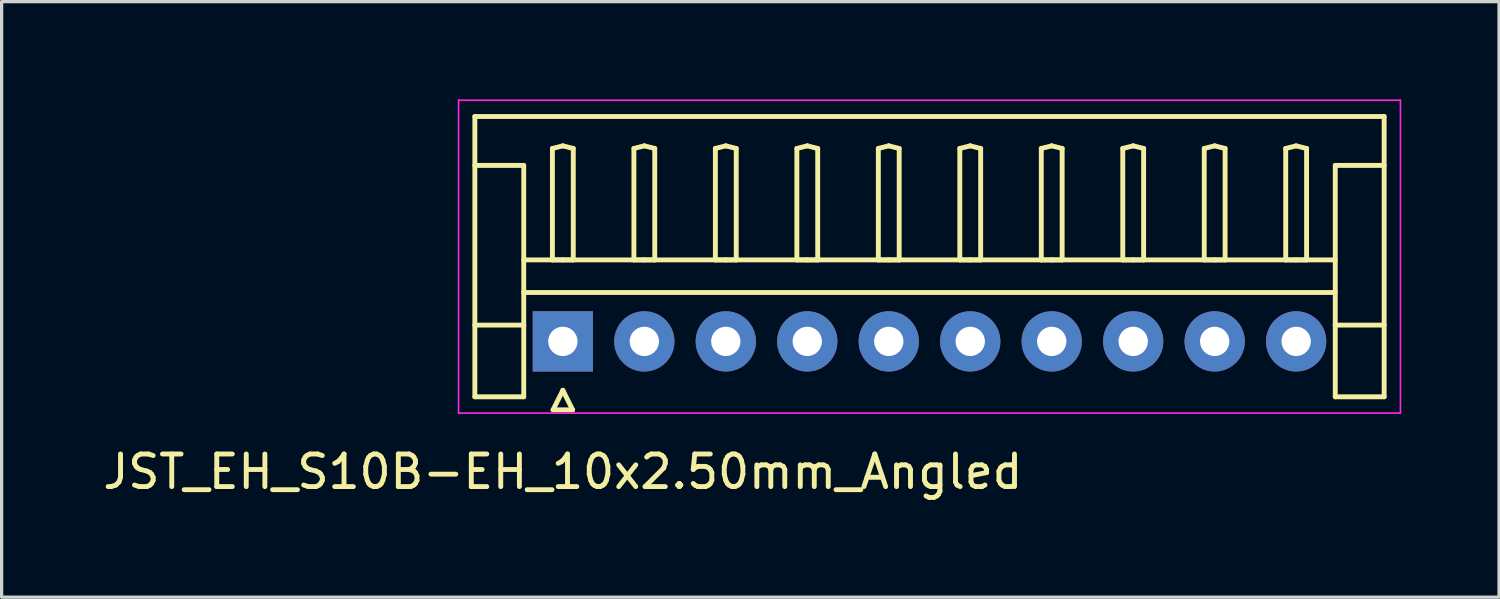
<source format=kicad_pcb>
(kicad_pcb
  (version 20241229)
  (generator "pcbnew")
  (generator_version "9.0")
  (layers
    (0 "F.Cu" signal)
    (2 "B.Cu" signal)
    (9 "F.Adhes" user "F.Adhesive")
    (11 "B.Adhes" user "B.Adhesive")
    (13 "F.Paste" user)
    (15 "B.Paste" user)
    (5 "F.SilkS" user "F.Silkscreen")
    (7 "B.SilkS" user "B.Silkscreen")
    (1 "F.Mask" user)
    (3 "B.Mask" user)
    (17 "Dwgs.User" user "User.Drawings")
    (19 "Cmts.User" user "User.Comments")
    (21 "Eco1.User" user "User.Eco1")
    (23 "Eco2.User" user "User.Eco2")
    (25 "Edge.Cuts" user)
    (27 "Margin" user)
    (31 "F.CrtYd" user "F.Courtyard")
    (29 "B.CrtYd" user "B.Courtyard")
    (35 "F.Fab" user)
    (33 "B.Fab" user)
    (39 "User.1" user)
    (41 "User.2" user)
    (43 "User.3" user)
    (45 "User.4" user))
  (footprint "JST_EH_S10B-EH_10x2.50mm_Angled"
    (layer "F.Cu")
    (at 14.22 7.425)
    (property "Reference" "JST_EH_S10B-EH_10x2.50mm_Angled" (at 0 4 0) (layer "F.SilkS") (effects (font (size 1 1) (thickness 0.15))))
    (attr through_hole)
    (fp_line (start -2.7 -6.9) (end 25.2 -6.9) (stroke (width 0.15) (type solid)) (layer "F.SilkS"))
    (fp_line (start -2.7 -5.4) (end -1.2 -5.4) (stroke (width 0.15) (type solid)) (layer "F.SilkS"))
    (fp_line (start -2.7 1.7) (end -2.7 -6.9) (stroke (width 0.15) (type solid)) (layer "F.SilkS"))
    (fp_line (start -1.2 -5.4) (end -1.2 -0.5) (stroke (width 0.15) (type solid)) (layer "F.SilkS"))
    (fp_line (start -1.2 -2.5) (end 23.7 -2.5) (stroke (width 0.15) (type solid)) (layer "F.SilkS"))
    (fp_line (start -1.2 -1.5) (end 23.7 -1.5) (stroke (width 0.15) (type solid)) (layer "F.SilkS"))
    (fp_line (start -1.2 -0.5) (end -2.7 -0.5) (stroke (width 0.15) (type solid)) (layer "F.SilkS"))
    (fp_line (start -1.2 -0.5) (end -1.2 1.7) (stroke (width 0.15) (type solid)) (layer "F.SilkS"))
    (fp_line (start -1.2 1.7) (end -2.7 1.7) (stroke (width 0.15) (type solid)) (layer "F.SilkS"))
    (fp_line (start -0.32 -5.92) (end 0 -6) (stroke (width 0.15) (type solid)) (layer "F.SilkS"))
    (fp_line (start -0.32 -2.5) (end -0.32 -5.92) (stroke (width 0.15) (type solid)) (layer "F.SilkS"))
    (fp_line (start -0.3 2.1) (end 0.3 2.1) (stroke (width 0.15) (type solid)) (layer "F.SilkS"))
    (fp_line (start 0 -6) (end 0.32 -5.92) (stroke (width 0.15) (type solid)) (layer "F.SilkS"))
    (fp_line (start 0 -2.5) (end -0.32 -2.5) (stroke (width 0.15) (type solid)) (layer "F.SilkS"))
    (fp_line (start 0 1.5) (end -0.3 2.1) (stroke (width 0.15) (type solid)) (layer "F.SilkS"))
    (fp_line (start 0.3 2.1) (end 0 1.5) (stroke (width 0.15) (type solid)) (layer "F.SilkS"))
    (fp_line (start 0.32 -5.92) (end 0.32 -2.5) (stroke (width 0.15) (type solid)) (layer "F.SilkS"))
    (fp_line (start 0.32 -2.5) (end 0 -2.5) (stroke (width 0.15) (type solid)) (layer "F.SilkS"))
    (fp_line (start 2.18 -5.92) (end 2.5 -6) (stroke (width 0.15) (type solid)) (layer "F.SilkS"))
    (fp_line (start 2.18 -2.5) (end 2.18 -5.92) (stroke (width 0.15) (type solid)) (layer "F.SilkS"))
    (fp_line (start 2.5 -6) (end 2.82 -5.92) (stroke (width 0.15) (type solid)) (layer "F.SilkS"))
    (fp_line (start 2.5 -2.5) (end 2.18 -2.5) (stroke (width 0.15) (type solid)) (layer "F.SilkS"))
    (fp_line (start 2.82 -5.92) (end 2.82 -2.5) (stroke (width 0.15) (type solid)) (layer "F.SilkS"))
    (fp_line (start 2.82 -2.5) (end 2.5 -2.5) (stroke (width 0.15) (type solid)) (layer "F.SilkS"))
    (fp_line (start 4.68 -5.92) (end 5 -6) (stroke (width 0.15) (type solid)) (layer "F.SilkS"))
    (fp_line (start 4.68 -2.5) (end 4.68 -5.92) (stroke (width 0.15) (type solid)) (layer "F.SilkS"))
    (fp_line (start 5 -6) (end 5.32 -5.92) (stroke (width 0.15) (type solid)) (layer "F.SilkS"))
    (fp_line (start 5 -2.5) (end 4.68 -2.5) (stroke (width 0.15) (type solid)) (layer "F.SilkS"))
    (fp_line (start 5.32 -5.92) (end 5.32 -2.5) (stroke (width 0.15) (type solid)) (layer "F.SilkS"))
    (fp_line (start 5.32 -2.5) (end 5 -2.5) (stroke (width 0.15) (type solid)) (layer "F.SilkS"))
    (fp_line (start 7.18 -5.92) (end 7.5 -6) (stroke (width 0.15) (type solid)) (layer "F.SilkS"))
    (fp_line (start 7.18 -2.5) (end 7.18 -5.92) (stroke (width 0.15) (type solid)) (layer "F.SilkS"))
    (fp_line (start 7.5 -6) (end 7.82 -5.92) (stroke (width 0.15) (type solid)) (layer "F.SilkS"))
    (fp_line (start 7.5 -2.5) (end 7.18 -2.5) (stroke (width 0.15) (type solid)) (layer "F.SilkS"))
    (fp_line (start 7.82 -5.92) (end 7.82 -2.5) (stroke (width 0.15) (type solid)) (layer "F.SilkS"))
    (fp_line (start 7.82 -2.5) (end 7.5 -2.5) (stroke (width 0.15) (type solid)) (layer "F.SilkS"))
    (fp_line (start 9.68 -5.92) (end 10 -6) (stroke (width 0.15) (type solid)) (layer "F.SilkS"))
    (fp_line (start 9.68 -2.5) (end 9.68 -5.92) (stroke (width 0.15) (type solid)) (layer "F.SilkS"))
    (fp_line (start 10 -6) (end 10.32 -5.92) (stroke (width 0.15) (type solid)) (layer "F.SilkS"))
    (fp_line (start 10 -2.5) (end 9.68 -2.5) (stroke (width 0.15) (type solid)) (layer "F.SilkS"))
    (fp_line (start 10.32 -5.92) (end 10.32 -2.5) (stroke (width 0.15) (type solid)) (layer "F.SilkS"))
    (fp_line (start 10.32 -2.5) (end 10 -2.5) (stroke (width 0.15) (type solid)) (layer "F.SilkS"))
    (fp_line (start 12.18 -5.92) (end 12.5 -6) (stroke (width 0.15) (type solid)) (layer "F.SilkS"))
    (fp_line (start 12.18 -2.5) (end 12.18 -5.92) (stroke (width 0.15) (type solid)) (layer "F.SilkS"))
    (fp_line (start 12.5 -6) (end 12.82 -5.92) (stroke (width 0.15) (type solid)) (layer "F.SilkS"))
    (fp_line (start 12.5 -2.5) (end 12.18 -2.5) (stroke (width 0.15) (type solid)) (layer "F.SilkS"))
    (fp_line (start 12.82 -5.92) (end 12.82 -2.5) (stroke (width 0.15) (type solid)) (layer "F.SilkS"))
    (fp_line (start 12.82 -2.5) (end 12.5 -2.5) (stroke (width 0.15) (type solid)) (layer "F.SilkS"))
    (fp_line (start 14.68 -5.92) (end 15 -6) (stroke (width 0.15) (type solid)) (layer "F.SilkS"))
    (fp_line (start 14.68 -2.5) (end 14.68 -5.92) (stroke (width 0.15) (type solid)) (layer "F.SilkS"))
    (fp_line (start 15 -6) (end 15.32 -5.92) (stroke (width 0.15) (type solid)) (layer "F.SilkS"))
    (fp_line (start 15 -2.5) (end 14.68 -2.5) (stroke (width 0.15) (type solid)) (layer "F.SilkS"))
    (fp_line (start 15.32 -5.92) (end 15.32 -2.5) (stroke (width 0.15) (type solid)) (layer "F.SilkS"))
    (fp_line (start 15.32 -2.5) (end 15 -2.5) (stroke (width 0.15) (type solid)) (layer "F.SilkS"))
    (fp_line (start 17.18 -5.92) (end 17.5 -6) (stroke (width 0.15) (type solid)) (layer "F.SilkS"))
    (fp_line (start 17.18 -2.5) (end 17.18 -5.92) (stroke (width 0.15) (type solid)) (layer "F.SilkS"))
    (fp_line (start 17.5 -6) (end 17.82 -5.92) (stroke (width 0.15) (type solid)) (layer "F.SilkS"))
    (fp_line (start 17.5 -2.5) (end 17.18 -2.5) (stroke (width 0.15) (type solid)) (layer "F.SilkS"))
    (fp_line (start 17.82 -5.92) (end 17.82 -2.5) (stroke (width 0.15) (type solid)) (layer "F.SilkS"))
    (fp_line (start 17.82 -2.5) (end 17.5 -2.5) (stroke (width 0.15) (type solid)) (layer "F.SilkS"))
    (fp_line (start 19.68 -5.92) (end 20 -6) (stroke (width 0.15) (type solid)) (layer "F.SilkS"))
    (fp_line (start 19.68 -2.5) (end 19.68 -5.92) (stroke (width 0.15) (type solid)) (layer "F.SilkS"))
    (fp_line (start 20 -6) (end 20.32 -5.92) (stroke (width 0.15) (type solid)) (layer "F.SilkS"))
    (fp_line (start 20 -2.5) (end 19.68 -2.5) (stroke (width 0.15) (type solid)) (layer "F.SilkS"))
    (fp_line (start 20.32 -5.92) (end 20.32 -2.5) (stroke (width 0.15) (type solid)) (layer "F.SilkS"))
    (fp_line (start 20.32 -2.5) (end 20 -2.5) (stroke (width 0.15) (type solid)) (layer "F.SilkS"))
    (fp_line (start 22.18 -5.92) (end 22.5 -6) (stroke (width 0.15) (type solid)) (layer "F.SilkS"))
    (fp_line (start 22.18 -2.5) (end 22.18 -5.92) (stroke (width 0.15) (type solid)) (layer "F.SilkS"))
    (fp_line (start 22.5 -6) (end 22.82 -5.92) (stroke (width 0.15) (type solid)) (layer "F.SilkS"))
    (fp_line (start 22.5 -2.5) (end 22.18 -2.5) (stroke (width 0.15) (type solid)) (layer "F.SilkS"))
    (fp_line (start 22.82 -5.92) (end 22.82 -2.5) (stroke (width 0.15) (type solid)) (layer "F.SilkS"))
    (fp_line (start 22.82 -2.5) (end 22.5 -2.5) (stroke (width 0.15) (type solid)) (layer "F.SilkS"))
    (fp_line (start 23.7 -5.4) (end 23.7 -0.5) (stroke (width 0.15) (type solid)) (layer "F.SilkS"))
    (fp_line (start 23.7 -0.5) (end 25.2 -0.5) (stroke (width 0.15) (type solid)) (layer "F.SilkS"))
    (fp_line (start 23.7 1.7) (end 23.7 -0.5) (stroke (width 0.15) (type solid)) (layer "F.SilkS"))
    (fp_line (start 25.2 -6.9) (end 25.2 1.7) (stroke (width 0.15) (type solid)) (layer "F.SilkS"))
    (fp_line (start 25.2 -5.4) (end 23.7 -5.4) (stroke (width 0.15) (type solid)) (layer "F.SilkS"))
    (fp_line (start 25.2 1.7) (end 23.7 1.7) (stroke (width 0.15) (type solid)) (layer "F.SilkS"))
    (fp_line (start -3.2 -7.4) (end -3.2 2.2) (stroke (width 0.05) (type solid)) (layer "F.CrtYd"))
    (fp_line (start -3.2 2.2) (end 25.7 2.2) (stroke (width 0.05) (type solid)) (layer "F.CrtYd"))
    (fp_line (start 25.7 -7.4) (end -3.2 -7.4) (stroke (width 0.05) (type solid)) (layer "F.CrtYd"))
    (fp_line (start 25.7 2.2) (end 25.7 -7.4) (stroke (width 0.05) (type solid)) (layer "F.CrtYd"))
    (pad "1" thru_hole rect (at 0 0) (size 1.85 1.85) (drill 0.9) (layers "*.Cu" "*.Mask"))
    (pad "2" thru_hole circle (at 2.5 0) (size 1.85 1.85) (drill 0.9) (layers "*.Cu" "*.Mask"))
    (pad "3" thru_hole circle (at 5 0) (size 1.85 1.85) (drill 0.9) (layers "*.Cu" "*.Mask"))
    (pad "4" thru_hole circle (at 7.5 0) (size 1.85 1.85) (drill 0.9) (layers "*.Cu" "*.Mask"))
    (pad "5" thru_hole circle (at 10 0) (size 1.85 1.85) (drill 0.9) (layers "*.Cu" "*.Mask"))
    (pad "6" thru_hole circle (at 12.5 0) (size 1.85 1.85) (drill 0.9) (layers "*.Cu" "*.Mask"))
    (pad "7" thru_hole circle (at 15 0) (size 1.85 1.85) (drill 0.9) (layers "*.Cu" "*.Mask"))
    (pad "8" thru_hole circle (at 17.5 0) (size 1.85 1.85) (drill 0.9) (layers "*.Cu" "*.Mask"))
    (pad "9" thru_hole circle (at 20 0) (size 1.85 1.85) (drill 0.9) (layers "*.Cu" "*.Mask"))
    (pad "10" thru_hole circle (at 22.5 0) (size 1.85 1.85) (drill 0.9) (layers "*.Cu" "*.Mask")))
  (gr_rect
    (start -3 -3)
    (end 42.945 15.273)
    (stroke (width 0.1) (type default))
    (fill no)
    (layer "Edge.Cuts")))
</source>
